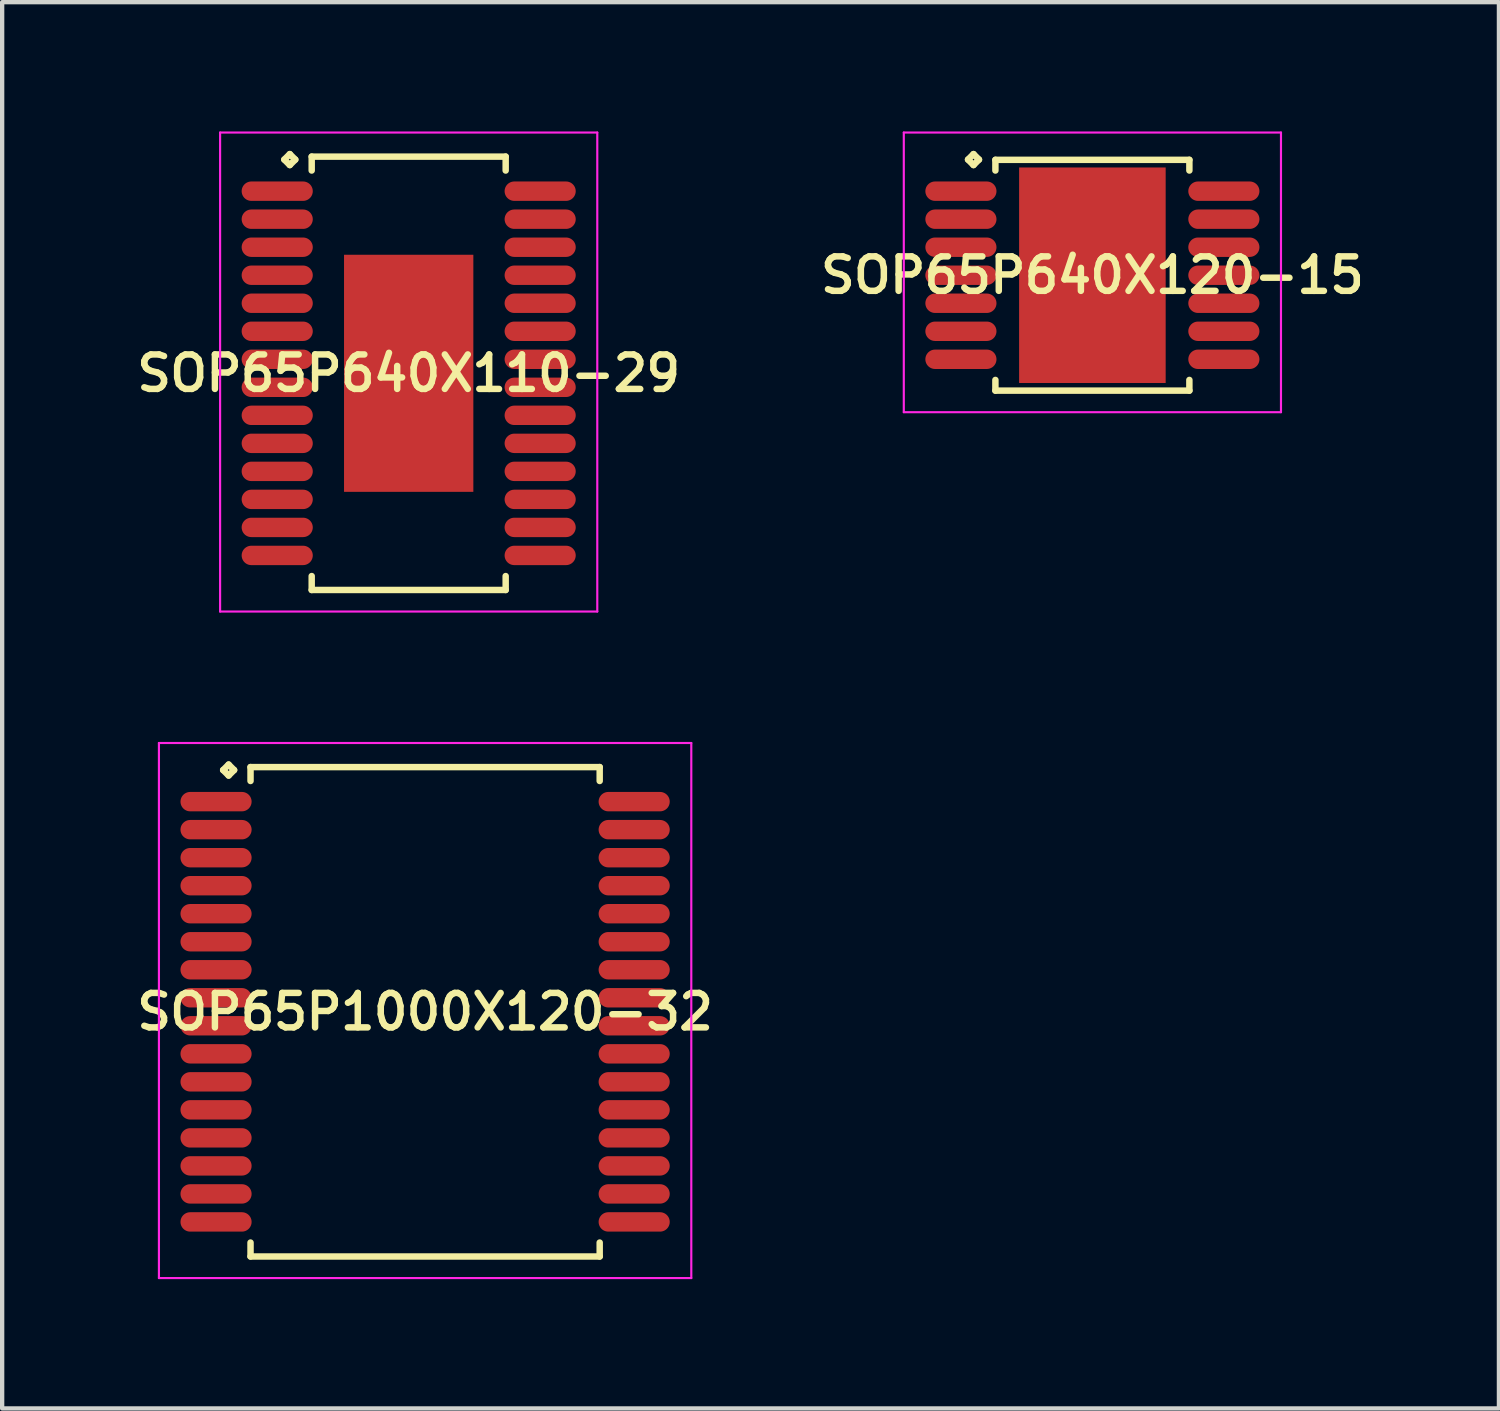
<source format=kicad_pcb>
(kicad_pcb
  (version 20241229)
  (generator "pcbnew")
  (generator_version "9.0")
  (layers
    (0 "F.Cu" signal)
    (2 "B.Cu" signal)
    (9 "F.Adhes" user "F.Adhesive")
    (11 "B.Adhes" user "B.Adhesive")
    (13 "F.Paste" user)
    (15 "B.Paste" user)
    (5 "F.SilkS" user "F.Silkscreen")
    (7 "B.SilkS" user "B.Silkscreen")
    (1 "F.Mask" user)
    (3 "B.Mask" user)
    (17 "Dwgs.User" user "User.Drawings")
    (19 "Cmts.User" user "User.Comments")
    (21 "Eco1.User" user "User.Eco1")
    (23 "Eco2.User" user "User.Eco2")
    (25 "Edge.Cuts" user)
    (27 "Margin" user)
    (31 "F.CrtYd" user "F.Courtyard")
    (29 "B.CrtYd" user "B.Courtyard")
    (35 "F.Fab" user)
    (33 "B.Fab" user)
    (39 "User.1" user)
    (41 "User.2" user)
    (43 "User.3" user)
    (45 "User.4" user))
  (footprint "SOP65P640X120-15"
    (layer "F.Cu")
    (at 22.292 3.335)
    (property "Reference" "SOP65P640X120-15" (at 0 0 0) (layer "F.SilkS") (effects (font (size 0.8 0.8) (thickness 0.15))))
    (attr smd)
    (fp_line (start -2.885 -2.683) (end -2.758 -2.81) (stroke (width 0.15) (type solid)) (layer "F.SilkS"))
    (fp_line (start -2.758 -2.81) (end -2.631 -2.683) (stroke (width 0.15) (type solid)) (layer "F.SilkS"))
    (fp_line (start -2.758 -2.556) (end -2.885 -2.683) (stroke (width 0.15) (type solid)) (layer "F.SilkS"))
    (fp_line (start -2.631 -2.683) (end -2.758 -2.556) (stroke (width 0.15) (type solid)) (layer "F.SilkS"))
    (fp_line (start -2.25 -2.677) (end 2.25 -2.677) (stroke (width 0.15) (type solid)) (layer "F.SilkS"))
    (fp_line (start -2.25 -2.429) (end -2.25 -2.677) (stroke (width 0.15) (type solid)) (layer "F.SilkS"))
    (fp_line (start -2.25 2.429) (end -2.25 2.677) (stroke (width 0.15) (type solid)) (layer "F.SilkS"))
    (fp_line (start -2.25 2.677) (end 2.25 2.677) (stroke (width 0.15) (type solid)) (layer "F.SilkS"))
    (fp_line (start 2.25 -2.677) (end 2.25 -2.429) (stroke (width 0.15) (type solid)) (layer "F.SilkS"))
    (fp_line (start 2.25 2.677) (end 2.25 2.429) (stroke (width 0.15) (type solid)) (layer "F.SilkS"))
    (fp_line (start -4.375 -3.31) (end 4.375 -3.31) (stroke (width 0.05) (type solid)) (layer "F.CrtYd"))
    (fp_line (start -4.375 3.177) (end -4.375 -3.31) (stroke (width 0.05) (type solid)) (layer "F.CrtYd"))
    (fp_line (start 4.375 -3.31) (end 4.375 3.177) (stroke (width 0.05) (type solid)) (layer "F.CrtYd"))
    (fp_line (start 4.375 3.177) (end -4.375 3.177) (stroke (width 0.05) (type solid)) (layer "F.CrtYd"))
    (pad "1" smd oval (at -3.05 -1.95) (size 1.65 0.45) (layers "F.Cu" "F.Mask" "F.Paste"))
    (pad "2" smd oval (at -3.05 -1.3) (size 1.65 0.45) (layers "F.Cu" "F.Mask" "F.Paste"))
    (pad "3" smd oval (at -3.05 -0.65) (size 1.65 0.45) (layers "F.Cu" "F.Mask" "F.Paste"))
    (pad "4" smd oval (at -3.05 0) (size 1.65 0.45) (layers "F.Cu" "F.Mask" "F.Paste"))
    (pad "5" smd oval (at -3.05 0.65) (size 1.65 0.45) (layers "F.Cu" "F.Mask" "F.Paste"))
    (pad "6" smd oval (at -3.05 1.3) (size 1.65 0.45) (layers "F.Cu" "F.Mask" "F.Paste"))
    (pad "7" smd oval (at -3.05 1.95) (size 1.65 0.45) (layers "F.Cu" "F.Mask" "F.Paste"))
    (pad "8" smd oval (at 3.05 1.95) (size 1.65 0.45) (layers "F.Cu" "F.Mask" "F.Paste"))
    (pad "9" smd oval (at 3.05 1.3) (size 1.65 0.45) (layers "F.Cu" "F.Mask" "F.Paste"))
    (pad "10" smd oval (at 3.05 0.65) (size 1.65 0.45) (layers "F.Cu" "F.Mask" "F.Paste"))
    (pad "11" smd oval (at 3.05 0) (size 1.65 0.45) (layers "F.Cu" "F.Mask" "F.Paste"))
    (pad "12" smd oval (at 3.05 -0.65) (size 1.65 0.45) (layers "F.Cu" "F.Mask" "F.Paste"))
    (pad "13" smd oval (at 3.05 -1.3) (size 1.65 0.45) (layers "F.Cu" "F.Mask" "F.Paste"))
    (pad "14" smd oval (at 3.05 -1.95) (size 1.65 0.45) (layers "F.Cu" "F.Mask" "F.Paste"))
    (pad "15" smd rect (at 0 0) (size 3.4 5) (layers "F.Cu" "F.Mask" "F.Paste")))
  (footprint "SOP65P1000X120-32"
    (layer "F.Cu")
    (at 6.812 20.422)
    (property "Reference" "SOP65P1000X120-32" (at 0 0 0) (layer "F.SilkS") (effects (font (size 0.8 0.8) (thickness 0.15))))
    (attr smd)
    (fp_line (start -4.685 -5.608) (end -4.558 -5.735) (stroke (width 0.15) (type solid)) (layer "F.SilkS"))
    (fp_line (start -4.558 -5.735) (end -4.431 -5.608) (stroke (width 0.15) (type solid)) (layer "F.SilkS"))
    (fp_line (start -4.558 -5.481) (end -4.685 -5.608) (stroke (width 0.15) (type solid)) (layer "F.SilkS"))
    (fp_line (start -4.431 -5.608) (end -4.558 -5.481) (stroke (width 0.15) (type solid)) (layer "F.SilkS"))
    (fp_line (start -4.05 -5.677) (end 4.05 -5.677) (stroke (width 0.15) (type solid)) (layer "F.SilkS"))
    (fp_line (start -4.05 -5.354) (end -4.05 -5.677) (stroke (width 0.15) (type solid)) (layer "F.SilkS"))
    (fp_line (start -4.05 5.354) (end -4.05 5.677) (stroke (width 0.15) (type solid)) (layer "F.SilkS"))
    (fp_line (start -4.05 5.677) (end 4.05 5.677) (stroke (width 0.15) (type solid)) (layer "F.SilkS"))
    (fp_line (start 4.05 -5.677) (end 4.05 -5.354) (stroke (width 0.15) (type solid)) (layer "F.SilkS"))
    (fp_line (start 4.05 5.677) (end 4.05 5.354) (stroke (width 0.15) (type solid)) (layer "F.SilkS"))
    (fp_line (start -6.175 -6.235) (end 6.175 -6.235) (stroke (width 0.05) (type solid)) (layer "F.CrtYd"))
    (fp_line (start -6.175 6.177) (end -6.175 -6.235) (stroke (width 0.05) (type solid)) (layer "F.CrtYd"))
    (fp_line (start 6.175 -6.235) (end 6.175 6.177) (stroke (width 0.05) (type solid)) (layer "F.CrtYd"))
    (fp_line (start 6.175 6.177) (end -6.175 6.177) (stroke (width 0.05) (type solid)) (layer "F.CrtYd"))
    (pad "1" smd oval (at -4.85 -4.875) (size 1.65 0.45) (layers "F.Cu" "F.Mask" "F.Paste"))
    (pad "2" smd oval (at -4.85 -4.225) (size 1.65 0.45) (layers "F.Cu" "F.Mask" "F.Paste"))
    (pad "3" smd oval (at -4.85 -3.575) (size 1.65 0.45) (layers "F.Cu" "F.Mask" "F.Paste"))
    (pad "4" smd oval (at -4.85 -2.925) (size 1.65 0.45) (layers "F.Cu" "F.Mask" "F.Paste"))
    (pad "5" smd oval (at -4.85 -2.275) (size 1.65 0.45) (layers "F.Cu" "F.Mask" "F.Paste"))
    (pad "6" smd oval (at -4.85 -1.625) (size 1.65 0.45) (layers "F.Cu" "F.Mask" "F.Paste"))
    (pad "7" smd oval (at -4.85 -0.975) (size 1.65 0.45) (layers "F.Cu" "F.Mask" "F.Paste"))
    (pad "8" smd oval (at -4.85 -0.325) (size 1.65 0.45) (layers "F.Cu" "F.Mask" "F.Paste"))
    (pad "9" smd oval (at -4.85 0.325) (size 1.65 0.45) (layers "F.Cu" "F.Mask" "F.Paste"))
    (pad "10" smd oval (at -4.85 0.975) (size 1.65 0.45) (layers "F.Cu" "F.Mask" "F.Paste"))
    (pad "11" smd oval (at -4.85 1.625) (size 1.65 0.45) (layers "F.Cu" "F.Mask" "F.Paste"))
    (pad "12" smd oval (at -4.85 2.275) (size 1.65 0.45) (layers "F.Cu" "F.Mask" "F.Paste"))
    (pad "13" smd oval (at -4.85 2.925) (size 1.65 0.45) (layers "F.Cu" "F.Mask" "F.Paste"))
    (pad "14" smd oval (at -4.85 3.575) (size 1.65 0.45) (layers "F.Cu" "F.Mask" "F.Paste"))
    (pad "15" smd oval (at -4.85 4.225) (size 1.65 0.45) (layers "F.Cu" "F.Mask" "F.Paste"))
    (pad "16" smd oval (at -4.85 4.875) (size 1.65 0.45) (layers "F.Cu" "F.Mask" "F.Paste"))
    (pad "17" smd oval (at 4.85 4.875) (size 1.65 0.45) (layers "F.Cu" "F.Mask" "F.Paste"))
    (pad "18" smd oval (at 4.85 4.225) (size 1.65 0.45) (layers "F.Cu" "F.Mask" "F.Paste"))
    (pad "19" smd oval (at 4.85 3.575) (size 1.65 0.45) (layers "F.Cu" "F.Mask" "F.Paste"))
    (pad "20" smd oval (at 4.85 2.925) (size 1.65 0.45) (layers "F.Cu" "F.Mask" "F.Paste"))
    (pad "21" smd oval (at 4.85 2.275) (size 1.65 0.45) (layers "F.Cu" "F.Mask" "F.Paste"))
    (pad "22" smd oval (at 4.85 1.625) (size 1.65 0.45) (layers "F.Cu" "F.Mask" "F.Paste"))
    (pad "23" smd oval (at 4.85 0.975) (size 1.65 0.45) (layers "F.Cu" "F.Mask" "F.Paste"))
    (pad "24" smd oval (at 4.85 0.325) (size 1.65 0.45) (layers "F.Cu" "F.Mask" "F.Paste"))
    (pad "25" smd oval (at 4.85 -0.325) (size 1.65 0.45) (layers "F.Cu" "F.Mask" "F.Paste"))
    (pad "26" smd oval (at 4.85 -0.975) (size 1.65 0.45) (layers "F.Cu" "F.Mask" "F.Paste"))
    (pad "27" smd oval (at 4.85 -1.625) (size 1.65 0.45) (layers "F.Cu" "F.Mask" "F.Paste"))
    (pad "28" smd oval (at 4.85 -2.275) (size 1.65 0.45) (layers "F.Cu" "F.Mask" "F.Paste"))
    (pad "29" smd oval (at 4.85 -2.925) (size 1.65 0.45) (layers "F.Cu" "F.Mask" "F.Paste"))
    (pad "30" smd oval (at 4.85 -3.575) (size 1.65 0.45) (layers "F.Cu" "F.Mask" "F.Paste"))
    (pad "31" smd oval (at 4.85 -4.225) (size 1.65 0.45) (layers "F.Cu" "F.Mask" "F.Paste"))
    (pad "32" smd oval (at 4.85 -4.875) (size 1.65 0.45) (layers "F.Cu" "F.Mask" "F.Paste")))
  (footprint "SOP65P640X110-29"
    (layer "F.Cu")
    (at 6.431 5.61)
    (property "Reference" "SOP65P640X110-29" (at 0 0 0) (layer "F.SilkS") (effects (font (size 0.8 0.8) (thickness 0.15))))
    (attr smd)
    (fp_line (start -2.885 -4.958) (end -2.758 -5.085) (stroke (width 0.15) (type solid)) (layer "F.SilkS"))
    (fp_line (start -2.758 -5.085) (end -2.631 -4.958) (stroke (width 0.15) (type solid)) (layer "F.SilkS"))
    (fp_line (start -2.758 -4.831) (end -2.885 -4.958) (stroke (width 0.15) (type solid)) (layer "F.SilkS"))
    (fp_line (start -2.631 -4.958) (end -2.758 -4.831) (stroke (width 0.15) (type solid)) (layer "F.SilkS"))
    (fp_line (start -2.25 -5.027) (end 2.25 -5.027) (stroke (width 0.15) (type solid)) (layer "F.SilkS"))
    (fp_line (start -2.25 -4.704) (end -2.25 -5.027) (stroke (width 0.15) (type solid)) (layer "F.SilkS"))
    (fp_line (start -2.25 4.704) (end -2.25 5.027) (stroke (width 0.15) (type solid)) (layer "F.SilkS"))
    (fp_line (start -2.25 5.027) (end 2.25 5.027) (stroke (width 0.15) (type solid)) (layer "F.SilkS"))
    (fp_line (start 2.25 -5.027) (end 2.25 -4.704) (stroke (width 0.15) (type solid)) (layer "F.SilkS"))
    (fp_line (start 2.25 5.027) (end 2.25 4.704) (stroke (width 0.15) (type solid)) (layer "F.SilkS"))
    (fp_line (start -4.375 -5.585) (end 4.375 -5.585) (stroke (width 0.05) (type solid)) (layer "F.CrtYd"))
    (fp_line (start -4.375 5.527) (end -4.375 -5.585) (stroke (width 0.05) (type solid)) (layer "F.CrtYd"))
    (fp_line (start 4.375 -5.585) (end 4.375 5.527) (stroke (width 0.05) (type solid)) (layer "F.CrtYd"))
    (fp_line (start 4.375 5.527) (end -4.375 5.527) (stroke (width 0.05) (type solid)) (layer "F.CrtYd"))
    (pad "1" smd oval (at -3.05 -4.225) (size 1.65 0.45) (layers "F.Cu" "F.Mask" "F.Paste"))
    (pad "2" smd oval (at -3.05 -3.575) (size 1.65 0.45) (layers "F.Cu" "F.Mask" "F.Paste"))
    (pad "3" smd oval (at -3.05 -2.925) (size 1.65 0.45) (layers "F.Cu" "F.Mask" "F.Paste"))
    (pad "4" smd oval (at -3.05 -2.275) (size 1.65 0.45) (layers "F.Cu" "F.Mask" "F.Paste"))
    (pad "5" smd oval (at -3.05 -1.625) (size 1.65 0.45) (layers "F.Cu" "F.Mask" "F.Paste"))
    (pad "6" smd oval (at -3.05 -0.975) (size 1.65 0.45) (layers "F.Cu" "F.Mask" "F.Paste"))
    (pad "7" smd oval (at -3.05 -0.325) (size 1.65 0.45) (layers "F.Cu" "F.Mask" "F.Paste"))
    (pad "8" smd oval (at -3.05 0.325) (size 1.65 0.45) (layers "F.Cu" "F.Mask" "F.Paste"))
    (pad "9" smd oval (at -3.05 0.975) (size 1.65 0.45) (layers "F.Cu" "F.Mask" "F.Paste"))
    (pad "10" smd oval (at -3.05 1.625) (size 1.65 0.45) (layers "F.Cu" "F.Mask" "F.Paste"))
    (pad "11" smd oval (at -3.05 2.275) (size 1.65 0.45) (layers "F.Cu" "F.Mask" "F.Paste"))
    (pad "12" smd oval (at -3.05 2.925) (size 1.65 0.45) (layers "F.Cu" "F.Mask" "F.Paste"))
    (pad "13" smd oval (at -3.05 3.575) (size 1.65 0.45) (layers "F.Cu" "F.Mask" "F.Paste"))
    (pad "14" smd oval (at -3.05 4.225) (size 1.65 0.45) (layers "F.Cu" "F.Mask" "F.Paste"))
    (pad "15" smd oval (at 3.05 4.225) (size 1.65 0.45) (layers "F.Cu" "F.Mask" "F.Paste"))
    (pad "16" smd oval (at 3.05 3.575) (size 1.65 0.45) (layers "F.Cu" "F.Mask" "F.Paste"))
    (pad "17" smd oval (at 3.05 2.925) (size 1.65 0.45) (layers "F.Cu" "F.Mask" "F.Paste"))
    (pad "18" smd oval (at 3.05 2.275) (size 1.65 0.45) (layers "F.Cu" "F.Mask" "F.Paste"))
    (pad "19" smd oval (at 3.05 1.625) (size 1.65 0.45) (layers "F.Cu" "F.Mask" "F.Paste"))
    (pad "20" smd oval (at 3.05 0.975) (size 1.65 0.45) (layers "F.Cu" "F.Mask" "F.Paste"))
    (pad "21" smd oval (at 3.05 0.325) (size 1.65 0.45) (layers "F.Cu" "F.Mask" "F.Paste"))
    (pad "22" smd oval (at 3.05 -0.325) (size 1.65 0.45) (layers "F.Cu" "F.Mask" "F.Paste"))
    (pad "23" smd oval (at 3.05 -0.975) (size 1.65 0.45) (layers "F.Cu" "F.Mask" "F.Paste"))
    (pad "24" smd oval (at 3.05 -1.625) (size 1.65 0.45) (layers "F.Cu" "F.Mask" "F.Paste"))
    (pad "25" smd oval (at 3.05 -2.275) (size 1.65 0.45) (layers "F.Cu" "F.Mask" "F.Paste"))
    (pad "26" smd oval (at 3.05 -2.925) (size 1.65 0.45) (layers "F.Cu" "F.Mask" "F.Paste"))
    (pad "27" smd oval (at 3.05 -3.575) (size 1.65 0.45) (layers "F.Cu" "F.Mask" "F.Paste"))
    (pad "28" smd oval (at 3.05 -4.225) (size 1.65 0.45) (layers "F.Cu" "F.Mask" "F.Paste"))
    (pad "29" smd rect (at 0 0) (size 3 5.5) (layers "F.Cu" "F.Mask" "F.Paste")))
  (gr_rect
    (start -3 -3)
    (end 31.723 29.624)
    (stroke (width 0.1) (type default))
    (fill no)
    (layer "Edge.Cuts")))
</source>
